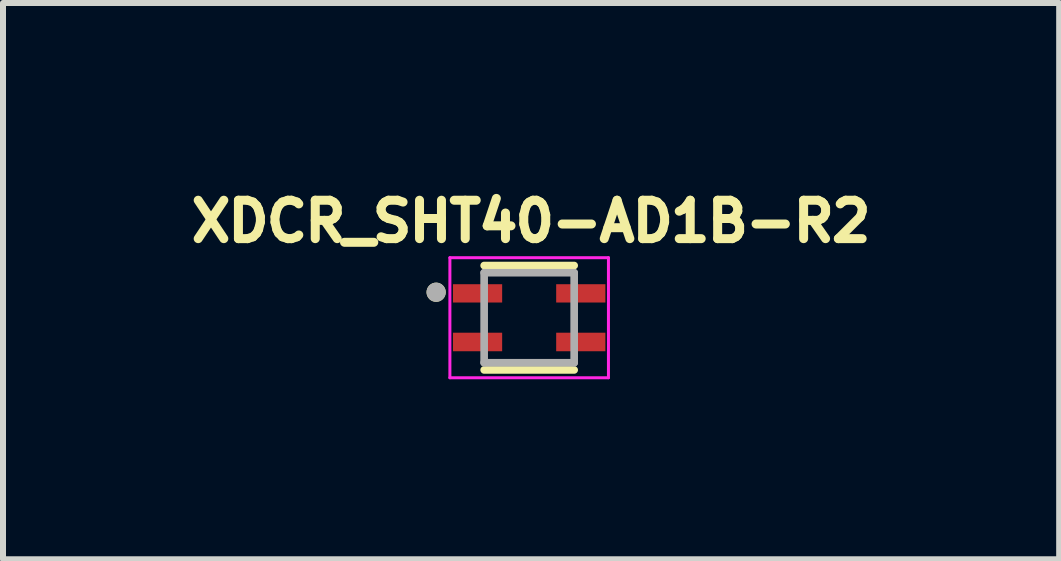
<source format=kicad_pcb>
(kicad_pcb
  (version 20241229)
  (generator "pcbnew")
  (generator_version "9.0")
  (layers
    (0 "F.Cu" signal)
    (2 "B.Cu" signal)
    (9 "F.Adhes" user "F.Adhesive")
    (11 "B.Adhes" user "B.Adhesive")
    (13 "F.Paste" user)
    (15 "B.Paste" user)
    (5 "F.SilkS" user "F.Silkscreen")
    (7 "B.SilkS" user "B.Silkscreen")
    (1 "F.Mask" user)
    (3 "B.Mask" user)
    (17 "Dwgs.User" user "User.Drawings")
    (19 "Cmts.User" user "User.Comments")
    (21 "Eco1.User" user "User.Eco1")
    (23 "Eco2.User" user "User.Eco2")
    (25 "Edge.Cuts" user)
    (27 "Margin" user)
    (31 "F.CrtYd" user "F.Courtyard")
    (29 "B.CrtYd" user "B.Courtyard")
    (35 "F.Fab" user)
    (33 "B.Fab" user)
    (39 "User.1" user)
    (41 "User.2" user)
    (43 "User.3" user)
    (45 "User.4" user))
  (footprint "XDCR_SHT40-AD1B-R2"
    (layer "F.Cu")
    (at 5.767 2.244)
    (property "Reference" "XDCR_SHT40-AD1B-R2" (at 0.032 -1.606 0) (layer "F.SilkS") (effects (font (size 0.64 0.64) (thickness 0.15))))
    (attr smd)
    (fp_line (start -0.75 -0.87) (end 0.75 -0.87) (stroke (width 0.127) (type solid)) (layer "F.SilkS"))
    (fp_line (start 0.75 0.87) (end -0.75 0.87) (stroke (width 0.127) (type solid)) (layer "F.SilkS"))
    (fp_circle (center -1.55 -0.425) (end -1.47 -0.425) (stroke (width 0.16) (type solid)) (fill no) (layer "F.SilkS"))
    (fp_line (start -1.321 -1) (end -1.321 1) (stroke (width 0.05) (type solid)) (layer "F.CrtYd"))
    (fp_line (start -1.321 1) (end 1.321 1) (stroke (width 0.05) (type solid)) (layer "F.CrtYd"))
    (fp_line (start 1.321 -1) (end -1.321 -1) (stroke (width 0.05) (type solid)) (layer "F.CrtYd"))
    (fp_line (start 1.321 1) (end 1.321 -1) (stroke (width 0.05) (type solid)) (layer "F.CrtYd"))
    (fp_line (start -0.75 -0.75) (end -0.75 0.75) (stroke (width 0.127) (type solid)) (layer "F.Fab"))
    (fp_line (start -0.75 -0.75) (end 0.75 -0.75) (stroke (width 0.127) (type solid)) (layer "F.Fab"))
    (fp_line (start 0.75 0.75) (end -0.75 0.75) (stroke (width 0.127) (type solid)) (layer "F.Fab"))
    (fp_line (start 0.75 0.75) (end 0.75 -0.75) (stroke (width 0.127) (type solid)) (layer "F.Fab"))
    (fp_circle (center -1.55 -0.425) (end -1.47 -0.425) (stroke (width 0.16) (type solid)) (fill no) (layer "F.Fab"))
    (pad "1" smd rect (at -0.86 -0.406) (size 0.82 0.305) (layers "F.Cu" "F.Mask" "F.Paste"))
    (pad "2" smd rect (at -0.86 0.404) (size 0.82 0.309) (layers "F.Cu" "F.Mask" "F.Paste"))
    (pad "3" smd rect (at 0.86 0.404) (size 0.82 0.309) (layers "F.Cu" "F.Mask" "F.Paste"))
    (pad "4" smd rect (at 0.86 -0.406) (size 0.82 0.305) (layers "F.Cu" "F.Mask" "F.Paste"))
    (zone (net_name "") (layer "F.Cu") (hatch full 0.508) (connect_pads) (min_thickness 0.01) (filled_areas_thickness no) (keepout (tracks not_allowed) (vias not_allowed) (pads not_allowed) (copperpour not_allowed) (footprints allowed)) (placement (enabled no)) (fill) (polygon (pts (xy 5.017 2.004) (xy 5.327 2.004) (xy 5.327 1.659) (xy 5.017 1.659) (xy 5.017 1.494) (xy 6.517 1.494) (xy 6.517 1.684) (xy 6.207 1.684) (xy 6.207 2.004) (xy 6.517 2.004) (xy 6.517 2.484) (xy 6.207 2.484) (xy 6.207 2.804) (xy 6.517 2.804) (xy 6.517 2.994) (xy 5.017 2.994) (xy 5.017 2.804) (xy 5.327 2.804) (xy 5.327 2.484) (xy 5.017 2.484)))))
  (gr_rect
    (start -3 -3)
    (end 14.598 6.269)
    (stroke (width 0.1) (type default))
    (fill no)
    (layer "Edge.Cuts")))
</source>
